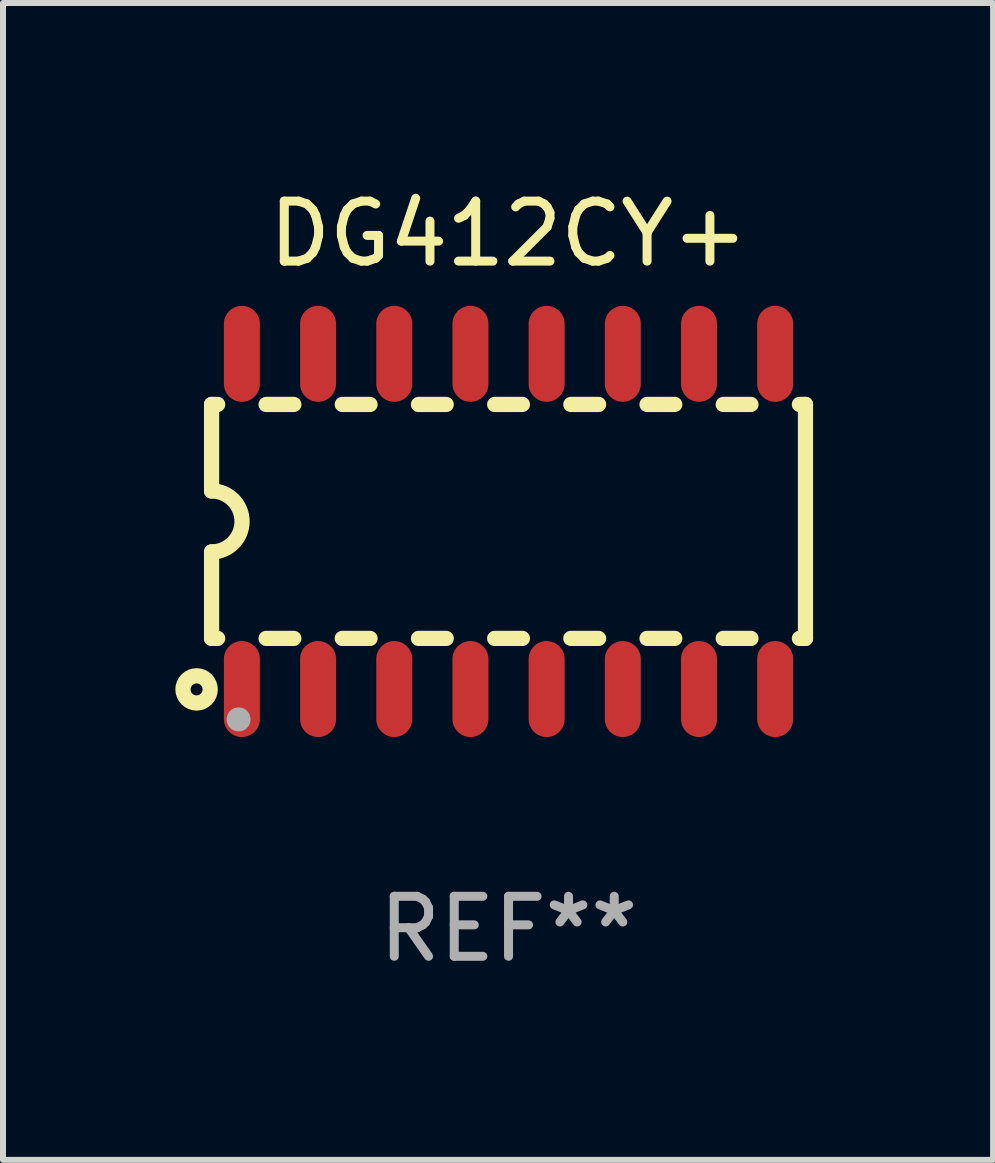
<source format=kicad_pcb>
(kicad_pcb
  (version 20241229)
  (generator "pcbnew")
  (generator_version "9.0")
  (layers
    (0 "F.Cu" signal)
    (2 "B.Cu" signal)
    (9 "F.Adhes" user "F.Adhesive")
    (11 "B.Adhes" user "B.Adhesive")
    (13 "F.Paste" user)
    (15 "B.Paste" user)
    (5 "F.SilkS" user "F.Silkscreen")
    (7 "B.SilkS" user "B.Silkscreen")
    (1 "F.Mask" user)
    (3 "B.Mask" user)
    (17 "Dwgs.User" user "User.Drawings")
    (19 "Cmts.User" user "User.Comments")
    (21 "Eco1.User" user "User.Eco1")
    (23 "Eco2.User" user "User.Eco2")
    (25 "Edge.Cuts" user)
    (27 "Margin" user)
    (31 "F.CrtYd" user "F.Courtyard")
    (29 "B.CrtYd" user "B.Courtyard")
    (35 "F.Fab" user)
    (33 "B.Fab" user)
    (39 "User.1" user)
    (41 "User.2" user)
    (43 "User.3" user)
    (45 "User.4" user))
  (footprint "DG412CY+"
    (layer "F.Cu")
    (at 5.427 5.642)
    (property "Reference" "DG412CY+" (at 0 -4.794 0) (layer "F.SilkS") (effects (font (size 1 1) (thickness 0.15))))
    (attr through_hole)
    (fp_line (start -4.95 -1.95) (end -4.95 -0.508) (stroke (width 0.254) (type solid)) (layer "F.SilkS"))
    (fp_line (start -4.95 -1.95) (end -4.849 -1.95) (stroke (width 0.254) (type solid)) (layer "F.SilkS"))
    (fp_line (start -4.95 1.95) (end -4.95 0.508) (stroke (width 0.254) (type solid)) (layer "F.SilkS"))
    (fp_line (start -4.95 1.95) (end -4.849 1.95) (stroke (width 0.254) (type solid)) (layer "F.SilkS"))
    (fp_line (start -4.041 -1.95) (end -3.579 -1.95) (stroke (width 0.254) (type solid)) (layer "F.SilkS"))
    (fp_line (start -4.041 1.95) (end -3.579 1.95) (stroke (width 0.254) (type solid)) (layer "F.SilkS"))
    (fp_line (start -2.771 -1.95) (end -2.309 -1.95) (stroke (width 0.254) (type solid)) (layer "F.SilkS"))
    (fp_line (start -2.771 1.95) (end -2.309 1.95) (stroke (width 0.254) (type solid)) (layer "F.SilkS"))
    (fp_line (start -1.501 -1.95) (end -1.039 -1.95) (stroke (width 0.254) (type solid)) (layer "F.SilkS"))
    (fp_line (start -1.501 1.95) (end -1.039 1.95) (stroke (width 0.254) (type solid)) (layer "F.SilkS"))
    (fp_line (start -0.231 -1.95) (end 0.231 -1.95) (stroke (width 0.254) (type solid)) (layer "F.SilkS"))
    (fp_line (start -0.231 1.95) (end 0.231 1.95) (stroke (width 0.254) (type solid)) (layer "F.SilkS"))
    (fp_line (start 1.039 -1.95) (end 1.501 -1.95) (stroke (width 0.254) (type solid)) (layer "F.SilkS"))
    (fp_line (start 1.039 1.95) (end 1.501 1.95) (stroke (width 0.254) (type solid)) (layer "F.SilkS"))
    (fp_line (start 2.309 -1.95) (end 2.771 -1.95) (stroke (width 0.254) (type solid)) (layer "F.SilkS"))
    (fp_line (start 2.309 1.95) (end 2.771 1.95) (stroke (width 0.254) (type solid)) (layer "F.SilkS"))
    (fp_line (start 3.579 -1.95) (end 4.041 -1.95) (stroke (width 0.254) (type solid)) (layer "F.SilkS"))
    (fp_line (start 3.579 1.95) (end 4.041 1.95) (stroke (width 0.254) (type solid)) (layer "F.SilkS"))
    (fp_line (start 4.849 -1.95) (end 4.95 -1.95) (stroke (width 0.254) (type solid)) (layer "F.SilkS"))
    (fp_line (start 4.849 1.95) (end 4.95 1.95) (stroke (width 0.254) (type solid)) (layer "F.SilkS"))
    (fp_line (start 4.95 -1.95) (end 4.95 1.95) (stroke (width 0.254) (type solid)) (layer "F.SilkS"))
    (fp_arc (start -4.95047 -0.508001) (mid -4.442469 -0.000228) (end -4.950013 0.508001) (stroke (width 0.254001) (type solid)) (layer "F.SilkS"))
    (fp_circle (center -5.2 2.8) (end -5.1 2.8) (stroke (width 0.254) (type solid)) (fill no) (layer "F.SilkS"))
    (fp_circle (center -4.95 2.947) (end -4.92 2.947) (stroke (width 0.06) (type solid)) (fill no) (layer "F.SilkS"))
    (fp_circle (center -4.5 3.3) (end -4.4 3.3) (stroke (width 0.2) (type solid)) (fill no) (layer "F.Fab"))
    (fp_text user "REF**" (at 0 6.794 0) (layer "F.Fab") (effects (font (size 1 1) (thickness 0.15))))
    (pad "1" smd oval (at -4.445 2.794) (size 0.6 1.6) (layers "F.Cu" "F.Mask" "F.Paste"))
    (pad "2" smd oval (at -3.175 2.794) (size 0.6 1.6) (layers "F.Cu" "F.Mask" "F.Paste"))
    (pad "3" smd oval (at -1.905 2.794) (size 0.6 1.6) (layers "F.Cu" "F.Mask" "F.Paste"))
    (pad "4" smd oval (at -0.635 2.794) (size 0.6 1.6) (layers "F.Cu" "F.Mask" "F.Paste"))
    (pad "5" smd oval (at 0.635 2.794) (size 0.6 1.6) (layers "F.Cu" "F.Mask" "F.Paste"))
    (pad "6" smd oval (at 1.905 2.794) (size 0.6 1.6) (layers "F.Cu" "F.Mask" "F.Paste"))
    (pad "7" smd oval (at 3.175 2.794) (size 0.6 1.6) (layers "F.Cu" "F.Mask" "F.Paste"))
    (pad "8" smd oval (at 4.445 2.794) (size 0.6 1.6) (layers "F.Cu" "F.Mask" "F.Paste"))
    (pad "9" smd oval (at 4.445 -2.794) (size 0.6 1.6) (layers "F.Cu" "F.Mask" "F.Paste"))
    (pad "10" smd oval (at 3.175 -2.794) (size 0.6 1.6) (layers "F.Cu" "F.Mask" "F.Paste"))
    (pad "11" smd oval (at 1.905 -2.794) (size 0.6 1.6) (layers "F.Cu" "F.Mask" "F.Paste"))
    (pad "12" smd oval (at 0.635 -2.794) (size 0.6 1.6) (layers "F.Cu" "F.Mask" "F.Paste"))
    (pad "13" smd oval (at -0.635 -2.794) (size 0.6 1.6) (layers "F.Cu" "F.Mask" "F.Paste"))
    (pad "14" smd oval (at -1.905 -2.794) (size 0.6 1.6) (layers "F.Cu" "F.Mask" "F.Paste"))
    (pad "15" smd oval (at -3.175 -2.794) (size 0.6 1.6) (layers "F.Cu" "F.Mask" "F.Paste"))
    (pad "16" smd oval (at -4.445 -2.794) (size 0.6 1.6) (layers "F.Cu" "F.Mask" "F.Paste")))
  (gr_rect
    (start -3 -3)
    (end 13.504 16.285)
    (stroke (width 0.1) (type default))
    (fill no)
    (layer "Edge.Cuts")))
</source>
